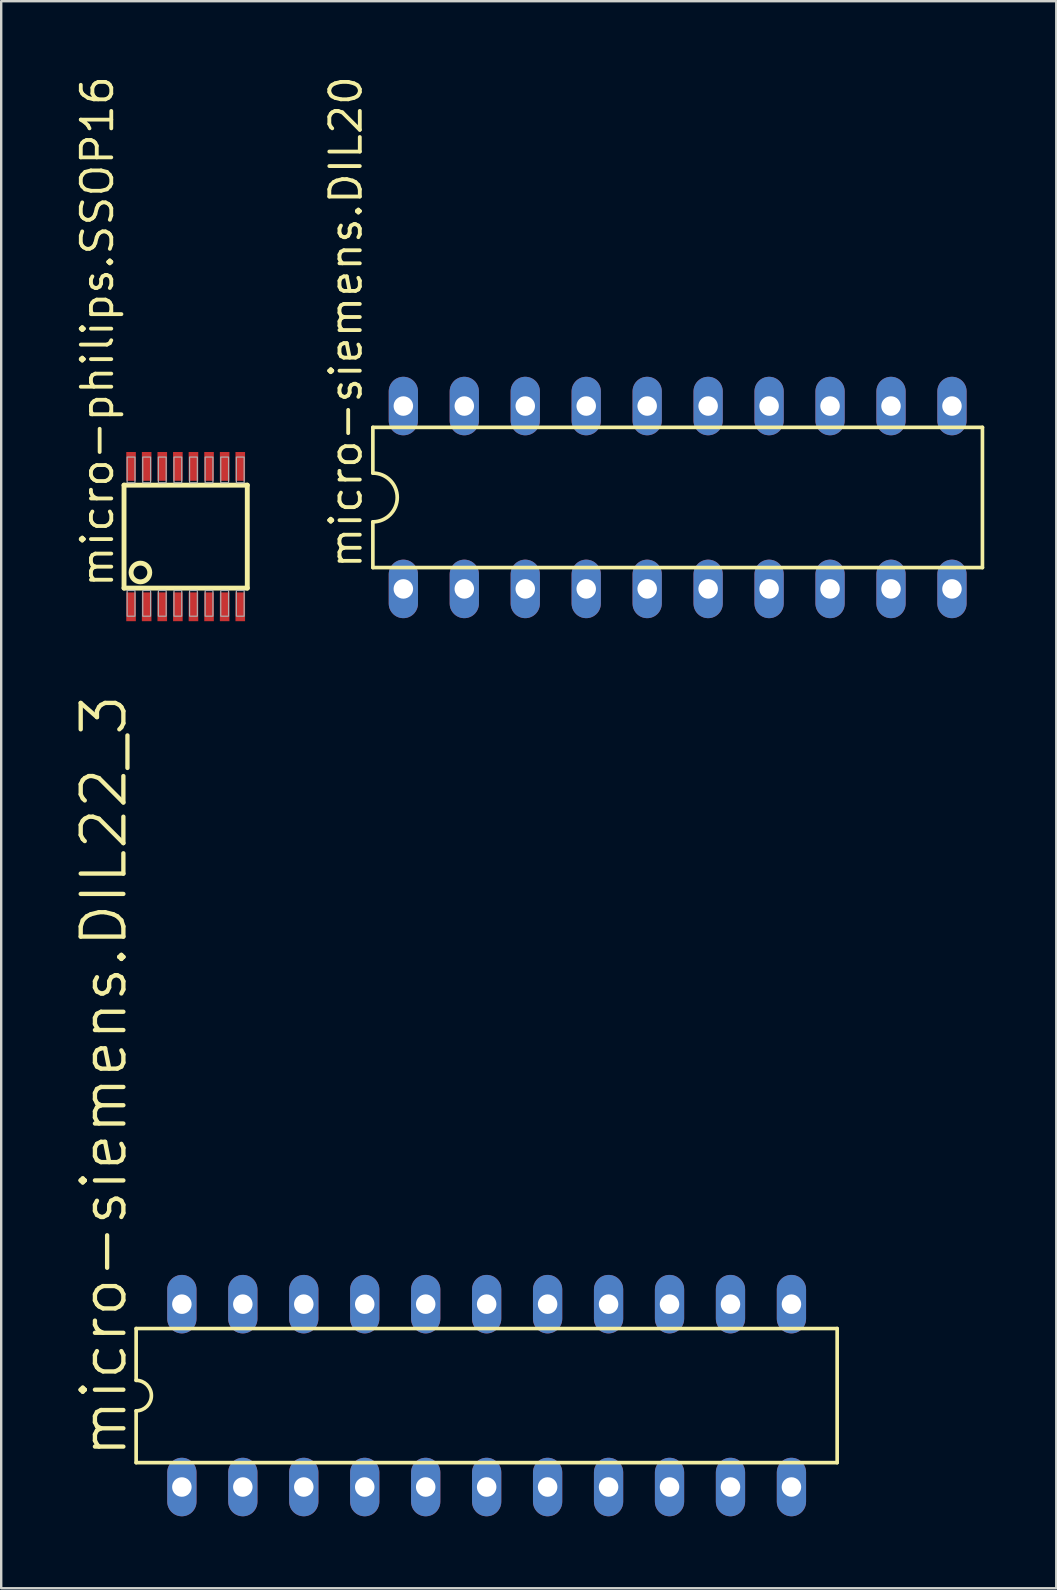
<source format=kicad_pcb>
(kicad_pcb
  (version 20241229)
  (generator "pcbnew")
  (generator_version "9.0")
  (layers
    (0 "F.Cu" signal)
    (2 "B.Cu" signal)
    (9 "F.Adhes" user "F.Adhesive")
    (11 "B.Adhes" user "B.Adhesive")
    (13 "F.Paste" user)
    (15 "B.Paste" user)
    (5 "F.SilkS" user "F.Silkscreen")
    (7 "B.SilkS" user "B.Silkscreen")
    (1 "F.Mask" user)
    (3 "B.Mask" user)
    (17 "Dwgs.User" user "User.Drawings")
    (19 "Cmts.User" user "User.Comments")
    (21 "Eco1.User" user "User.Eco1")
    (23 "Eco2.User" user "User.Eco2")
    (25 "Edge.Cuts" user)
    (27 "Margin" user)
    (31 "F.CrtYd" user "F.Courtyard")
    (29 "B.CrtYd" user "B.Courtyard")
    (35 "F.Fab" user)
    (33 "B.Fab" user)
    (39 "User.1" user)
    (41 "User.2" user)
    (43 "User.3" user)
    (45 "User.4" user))
  (footprint "micro-philips.SSOP16"
    (layer "F.Cu")
    (at 4.686 19.31)
    (property "Reference" "micro-philips.SSOP16" (at -2.936 2.204 90) (layer "F.SilkS") (effects (font (size 1.27 1.27) (thickness 0.16)) (justify left bottom)))
    (attr smd)
    (fp_line (start -2.568 -2.145) (end 2.568 -2.145) (stroke (width 0.203) (type default)) (layer "F.SilkS"))
    (fp_line (start -2.568 2.145) (end -2.568 -2.145) (stroke (width 0.203) (type default)) (layer "F.SilkS"))
    (fp_line (start 2.568 -2.145) (end 2.568 2.145) (stroke (width 0.203) (type default)) (layer "F.SilkS"))
    (fp_line (start 2.568 2.145) (end -2.568 2.145) (stroke (width 0.203) (type default)) (layer "F.SilkS"))
    (fp_circle (center -1.885 1.495) (end -1.495 1.495) (stroke (width 0.203) (type default)) (fill no) (layer "F.SilkS"))
    (fp_rect (start -2.438 -2.243) (end -2.112 -3.315) (stroke (width 0.05) (type default)) (fill no) (layer "F.Fab"))
    (fp_rect (start -2.438 3.315) (end -2.112 2.243) (stroke (width 0.05) (type default)) (fill no) (layer "F.Fab"))
    (fp_rect (start -1.788 -2.243) (end -1.462 -3.315) (stroke (width 0.05) (type default)) (fill no) (layer "F.Fab"))
    (fp_rect (start -1.788 3.315) (end -1.462 2.243) (stroke (width 0.05) (type default)) (fill no) (layer "F.Fab"))
    (fp_rect (start -1.137 -2.243) (end -0.812 -3.315) (stroke (width 0.05) (type default)) (fill no) (layer "F.Fab"))
    (fp_rect (start -1.137 3.315) (end -0.812 2.243) (stroke (width 0.05) (type default)) (fill no) (layer "F.Fab"))
    (fp_rect (start -0.487 -2.243) (end -0.163 -3.315) (stroke (width 0.05) (type default)) (fill no) (layer "F.Fab"))
    (fp_rect (start -0.487 3.315) (end -0.163 2.243) (stroke (width 0.05) (type default)) (fill no) (layer "F.Fab"))
    (fp_rect (start 0.163 -2.243) (end 0.487 -3.315) (stroke (width 0.05) (type default)) (fill no) (layer "F.Fab"))
    (fp_rect (start 0.163 3.315) (end 0.487 2.243) (stroke (width 0.05) (type default)) (fill no) (layer "F.Fab"))
    (fp_rect (start 0.812 -2.243) (end 1.137 -3.315) (stroke (width 0.05) (type default)) (fill no) (layer "F.Fab"))
    (fp_rect (start 0.812 3.315) (end 1.137 2.243) (stroke (width 0.05) (type default)) (fill no) (layer "F.Fab"))
    (fp_rect (start 1.462 -2.243) (end 1.788 -3.315) (stroke (width 0.05) (type default)) (fill no) (layer "F.Fab"))
    (fp_rect (start 1.462 3.315) (end 1.788 2.243) (stroke (width 0.05) (type default)) (fill no) (layer "F.Fab"))
    (fp_rect (start 2.112 -2.243) (end 2.438 -3.315) (stroke (width 0.05) (type default)) (fill no) (layer "F.Fab"))
    (fp_rect (start 2.112 3.315) (end 2.438 2.243) (stroke (width 0.05) (type default)) (fill no) (layer "F.Fab"))
    (pad "1" smd roundrect (at -2.275 2.925) (size 0.4 1.2) (layers "F.Cu" "F.Mask" "F.Paste") (roundrect_rratio 0.01))
    (pad "2" smd roundrect (at -1.625 2.925) (size 0.4 1.2) (layers "F.Cu" "F.Mask" "F.Paste") (roundrect_rratio 0.01))
    (pad "3" smd roundrect (at -0.975 2.925) (size 0.4 1.2) (layers "F.Cu" "F.Mask" "F.Paste") (roundrect_rratio 0.01))
    (pad "4" smd roundrect (at -0.325 2.925) (size 0.4 1.2) (layers "F.Cu" "F.Mask" "F.Paste") (roundrect_rratio 0.01))
    (pad "5" smd roundrect (at 0.325 2.925) (size 0.4 1.2) (layers "F.Cu" "F.Mask" "F.Paste") (roundrect_rratio 0.01))
    (pad "6" smd roundrect (at 0.975 2.925) (size 0.4 1.2) (layers "F.Cu" "F.Mask" "F.Paste") (roundrect_rratio 0.01))
    (pad "7" smd roundrect (at 1.625 2.925) (size 0.4 1.2) (layers "F.Cu" "F.Mask" "F.Paste") (roundrect_rratio 0.01))
    (pad "8" smd roundrect (at 2.275 2.925) (size 0.4 1.2) (layers "F.Cu" "F.Mask" "F.Paste") (roundrect_rratio 0.01))
    (pad "9" smd roundrect (at 2.275 -2.925) (size 0.4 1.2) (layers "F.Cu" "F.Mask" "F.Paste") (roundrect_rratio 0.01))
    (pad "10" smd roundrect (at 1.625 -2.925) (size 0.4 1.2) (layers "F.Cu" "F.Mask" "F.Paste") (roundrect_rratio 0.01))
    (pad "11" smd roundrect (at 0.975 -2.925) (size 0.4 1.2) (layers "F.Cu" "F.Mask" "F.Paste") (roundrect_rratio 0.01))
    (pad "12" smd roundrect (at 0.325 -2.925) (size 0.4 1.2) (layers "F.Cu" "F.Mask" "F.Paste") (roundrect_rratio 0.01))
    (pad "13" smd roundrect (at -0.325 -2.925) (size 0.4 1.2) (layers "F.Cu" "F.Mask" "F.Paste") (roundrect_rratio 0.01))
    (pad "14" smd roundrect (at -0.975 -2.925) (size 0.4 1.2) (layers "F.Cu" "F.Mask" "F.Paste") (roundrect_rratio 0.01))
    (pad "15" smd roundrect (at -1.625 -2.925) (size 0.4 1.2) (layers "F.Cu" "F.Mask" "F.Paste") (roundrect_rratio 0.01))
    (pad "16" smd roundrect (at -2.275 -2.925) (size 0.4 1.2) (layers "F.Cu" "F.Mask" "F.Paste") (roundrect_rratio 0.01)))
  (footprint "micro-siemens.DIL20"
    (layer "F.Cu")
    (at 25.187 17.679)
    (property "Reference" "micro-siemens.DIL20" (at -13.081 3.048 90) (layer "F.SilkS") (effects (font (size 1.27 1.27) (thickness 0.16)) (justify left bottom)))
    (attr through_hole)
    (fp_line (start -12.7 -2.921) (end -12.7 -1.016) (stroke (width 0.152) (type default)) (layer "F.SilkS"))
    (fp_line (start -12.7 2.921) (end -12.7 1.016) (stroke (width 0.152) (type default)) (layer "F.SilkS"))
    (fp_line (start -12.7 2.921) (end 12.7 2.921) (stroke (width 0.152) (type default)) (layer "F.SilkS"))
    (fp_line (start 12.7 -2.921) (end -12.7 -2.921) (stroke (width 0.152) (type default)) (layer "F.SilkS"))
    (fp_line (start 12.7 -2.921) (end 12.7 2.921) (stroke (width 0.152) (type default)) (layer "F.SilkS"))
    (fp_arc (start -12.7 -1.016) (mid -11.684 0) (end -12.7 1.016) (stroke (width 0.1524) (type default)) (layer "F.SilkS"))
    (pad "1" thru_hole oval (at -11.43 3.81 90) (size 2.438 1.219) (drill 0.813) (layers "*.Cu" "*.Mask"))
    (pad "2" thru_hole oval (at -8.89 3.81 90) (size 2.438 1.219) (drill 0.813) (layers "*.Cu" "*.Mask"))
    (pad "3" thru_hole oval (at -6.35 3.81 90) (size 2.438 1.219) (drill 0.813) (layers "*.Cu" "*.Mask"))
    (pad "4" thru_hole oval (at -3.81 3.81 90) (size 2.438 1.219) (drill 0.813) (layers "*.Cu" "*.Mask"))
    (pad "5" thru_hole oval (at -1.27 3.81 90) (size 2.438 1.219) (drill 0.813) (layers "*.Cu" "*.Mask"))
    (pad "6" thru_hole oval (at 1.27 3.81 90) (size 2.438 1.219) (drill 0.813) (layers "*.Cu" "*.Mask"))
    (pad "7" thru_hole oval (at 3.81 3.81 90) (size 2.438 1.219) (drill 0.813) (layers "*.Cu" "*.Mask"))
    (pad "8" thru_hole oval (at 6.35 3.81 90) (size 2.438 1.219) (drill 0.813) (layers "*.Cu" "*.Mask"))
    (pad "9" thru_hole oval (at 8.89 3.81 90) (size 2.438 1.219) (drill 0.813) (layers "*.Cu" "*.Mask"))
    (pad "10" thru_hole oval (at 11.43 3.81 90) (size 2.438 1.219) (drill 0.813) (layers "*.Cu" "*.Mask"))
    (pad "11" thru_hole oval (at 11.43 -3.81 90) (size 2.438 1.219) (drill 0.813) (layers "*.Cu" "*.Mask"))
    (pad "12" thru_hole oval (at 8.89 -3.81 90) (size 2.438 1.219) (drill 0.813) (layers "*.Cu" "*.Mask"))
    (pad "13" thru_hole oval (at 6.35 -3.81 90) (size 2.438 1.219) (drill 0.813) (layers "*.Cu" "*.Mask"))
    (pad "14" thru_hole oval (at 3.81 -3.81 90) (size 2.438 1.219) (drill 0.813) (layers "*.Cu" "*.Mask"))
    (pad "15" thru_hole oval (at 1.27 -3.81 90) (size 2.438 1.219) (drill 0.813) (layers "*.Cu" "*.Mask"))
    (pad "16" thru_hole oval (at -1.27 -3.81 90) (size 2.438 1.219) (drill 0.813) (layers "*.Cu" "*.Mask"))
    (pad "17" thru_hole oval (at -3.81 -3.81 90) (size 2.438 1.219) (drill 0.813) (layers "*.Cu" "*.Mask"))
    (pad "18" thru_hole oval (at -6.35 -3.81 90) (size 2.438 1.219) (drill 0.813) (layers "*.Cu" "*.Mask"))
    (pad "19" thru_hole oval (at -8.89 -3.81 90) (size 2.438 1.219) (drill 0.813) (layers "*.Cu" "*.Mask"))
    (pad "20" thru_hole oval (at -11.43 -3.81 90) (size 2.438 1.219) (drill 0.813) (layers "*.Cu" "*.Mask")))
  (footprint "micro-siemens.DIL22_3"
    (layer "F.Cu")
    (at 17.228 55.102)
    (property "Reference" "micro-siemens.DIL22_3" (at -14.91 2.667 90) (layer "F.SilkS") (effects (font (size 1.778 1.778) (thickness 0.18)) (justify left bottom)))
    (attr through_hole)
    (fp_line (start -14.605 -2.794) (end -14.605 -0.635) (stroke (width 0.152) (type default)) (layer "F.SilkS"))
    (fp_line (start -14.605 -2.794) (end 14.605 -2.794) (stroke (width 0.152) (type default)) (layer "F.SilkS"))
    (fp_line (start -14.605 0.635) (end -14.605 2.794) (stroke (width 0.152) (type default)) (layer "F.SilkS"))
    (fp_line (start -14.605 2.794) (end 14.605 2.794) (stroke (width 0.152) (type default)) (layer "F.SilkS"))
    (fp_line (start 14.605 2.794) (end 14.605 -2.794) (stroke (width 0.152) (type default)) (layer "F.SilkS"))
    (fp_arc (start -14.605 -0.635) (mid -13.97 0) (end -14.605 0.635) (stroke (width 0.1524) (type default)) (layer "F.SilkS"))
    (pad "1" thru_hole oval (at -12.7 3.81 90) (size 2.438 1.219) (drill 0.813) (layers "*.Cu" "*.Mask"))
    (pad "2" thru_hole oval (at -10.16 3.81 90) (size 2.438 1.219) (drill 0.813) (layers "*.Cu" "*.Mask"))
    (pad "3" thru_hole oval (at -7.62 3.81 90) (size 2.438 1.219) (drill 0.813) (layers "*.Cu" "*.Mask"))
    (pad "4" thru_hole oval (at -5.08 3.81 90) (size 2.438 1.219) (drill 0.813) (layers "*.Cu" "*.Mask"))
    (pad "5" thru_hole oval (at -2.54 3.81 90) (size 2.438 1.219) (drill 0.813) (layers "*.Cu" "*.Mask"))
    (pad "6" thru_hole oval (at 0 3.81 90) (size 2.438 1.219) (drill 0.813) (layers "*.Cu" "*.Mask"))
    (pad "7" thru_hole oval (at 2.54 3.81 90) (size 2.438 1.219) (drill 0.813) (layers "*.Cu" "*.Mask"))
    (pad "8" thru_hole oval (at 5.08 3.81 90) (size 2.438 1.219) (drill 0.813) (layers "*.Cu" "*.Mask"))
    (pad "9" thru_hole oval (at 7.62 3.81 90) (size 2.438 1.219) (drill 0.813) (layers "*.Cu" "*.Mask"))
    (pad "10" thru_hole oval (at 10.16 3.81 90) (size 2.438 1.219) (drill 0.813) (layers "*.Cu" "*.Mask"))
    (pad "11" thru_hole oval (at 12.7 3.81 90) (size 2.438 1.219) (drill 0.813) (layers "*.Cu" "*.Mask"))
    (pad "12" thru_hole oval (at 12.7 -3.81 90) (size 2.438 1.219) (drill 0.813) (layers "*.Cu" "*.Mask"))
    (pad "13" thru_hole oval (at 10.16 -3.81 90) (size 2.438 1.219) (drill 0.813) (layers "*.Cu" "*.Mask"))
    (pad "14" thru_hole oval (at 7.62 -3.81 90) (size 2.438 1.219) (drill 0.813) (layers "*.Cu" "*.Mask"))
    (pad "15" thru_hole oval (at 5.08 -3.81 90) (size 2.438 1.219) (drill 0.813) (layers "*.Cu" "*.Mask"))
    (pad "16" thru_hole oval (at 2.54 -3.81 90) (size 2.438 1.219) (drill 0.813) (layers "*.Cu" "*.Mask"))
    (pad "17" thru_hole oval (at 0 -3.81 90) (size 2.438 1.219) (drill 0.813) (layers "*.Cu" "*.Mask"))
    (pad "18" thru_hole oval (at -2.54 -3.81 90) (size 2.438 1.219) (drill 0.813) (layers "*.Cu" "*.Mask"))
    (pad "19" thru_hole oval (at -5.08 -3.81 90) (size 2.438 1.219) (drill 0.813) (layers "*.Cu" "*.Mask"))
    (pad "20" thru_hole oval (at -7.62 -3.81 90) (size 2.438 1.219) (drill 0.813) (layers "*.Cu" "*.Mask"))
    (pad "21" thru_hole oval (at -10.16 -3.81 90) (size 2.438 1.219) (drill 0.813) (layers "*.Cu" "*.Mask"))
    (pad "22" thru_hole oval (at -12.7 -3.81 90) (size 2.438 1.219) (drill 0.813) (layers "*.Cu" "*.Mask")))
  (gr_rect
    (start -3 -3)
    (end 40.963 63.131)
    (stroke (width 0.1) (type default))
    (fill no)
    (layer "Edge.Cuts")))
</source>
